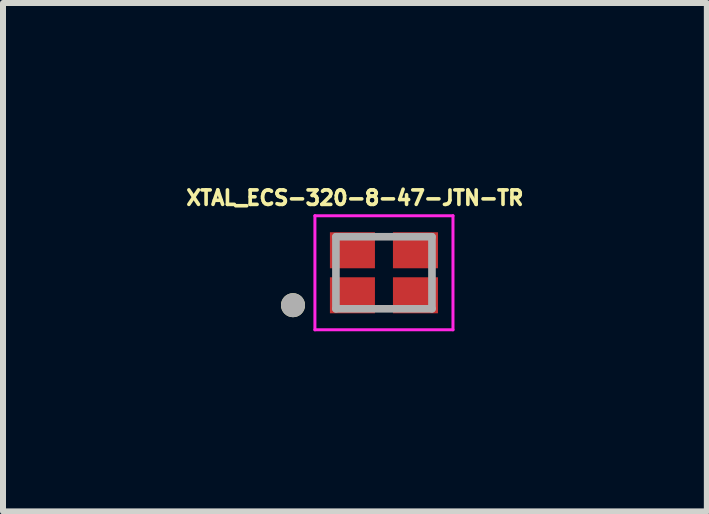
<source format=kicad_pcb>
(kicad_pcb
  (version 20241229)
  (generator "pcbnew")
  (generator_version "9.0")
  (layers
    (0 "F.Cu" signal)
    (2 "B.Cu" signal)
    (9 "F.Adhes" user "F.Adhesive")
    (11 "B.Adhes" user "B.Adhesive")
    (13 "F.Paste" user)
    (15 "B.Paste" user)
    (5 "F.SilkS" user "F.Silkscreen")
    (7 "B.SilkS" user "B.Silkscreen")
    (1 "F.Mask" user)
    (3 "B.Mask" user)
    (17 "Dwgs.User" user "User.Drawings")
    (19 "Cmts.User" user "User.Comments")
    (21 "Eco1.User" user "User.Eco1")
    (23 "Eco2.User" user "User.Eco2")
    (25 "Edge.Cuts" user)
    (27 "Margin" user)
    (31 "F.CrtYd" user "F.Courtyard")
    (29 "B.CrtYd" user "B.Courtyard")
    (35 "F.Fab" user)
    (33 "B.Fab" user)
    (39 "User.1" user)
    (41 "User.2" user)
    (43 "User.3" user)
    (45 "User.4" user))
  (footprint "XTAL_ECS-320-8-47-JTN-TR"
    (layer "F.Cu")
    (at 3.346 1.494)
    (property "Reference" "XTAL_ECS-320-8-47-JTN-TR" (at -0.484 -1.248 0) (layer "F.SilkS") (effects (font (size 0.241 0.241) (thickness 0.15))))
    (attr smd)
    (fp_circle (center -1.515 0.54) (end -1.415 0.54) (stroke (width 0.2) (type solid)) (fill no) (layer "F.SilkS"))
    (fp_line (start -1.15 -0.95) (end -1.15 0.95) (stroke (width 0.05) (type solid)) (layer "F.CrtYd"))
    (fp_line (start -1.15 0.95) (end 1.15 0.95) (stroke (width 0.05) (type solid)) (layer "F.CrtYd"))
    (fp_line (start 1.15 -0.95) (end -1.15 -0.95) (stroke (width 0.05) (type solid)) (layer "F.CrtYd"))
    (fp_line (start 1.15 0.95) (end 1.15 -0.95) (stroke (width 0.05) (type solid)) (layer "F.CrtYd"))
    (fp_line (start -0.8 -0.6) (end -0.8 0.6) (stroke (width 0.127) (type solid)) (layer "F.Fab"))
    (fp_line (start -0.8 0.6) (end 0.8 0.6) (stroke (width 0.127) (type solid)) (layer "F.Fab"))
    (fp_line (start 0.8 -0.6) (end -0.8 -0.6) (stroke (width 0.127) (type solid)) (layer "F.Fab"))
    (fp_line (start 0.8 0.6) (end 0.8 -0.6) (stroke (width 0.127) (type solid)) (layer "F.Fab"))
    (fp_circle (center -1.515 0.54) (end -1.415 0.54) (stroke (width 0.2) (type solid)) (fill no) (layer "F.Fab"))
    (pad "1" smd rect (at -0.525 0.375) (size 0.75 0.6) (layers "F.Cu" "F.Mask" "F.Paste"))
    (pad "2" smd rect (at 0.525 0.375) (size 0.75 0.6) (layers "F.Cu" "F.Mask" "F.Paste"))
    (pad "3" smd rect (at 0.525 -0.375) (size 0.75 0.6) (layers "F.Cu" "F.Mask" "F.Paste"))
    (pad "4" smd rect (at -0.525 -0.375) (size 0.75 0.6) (layers "F.Cu" "F.Mask" "F.Paste")))
  (gr_rect
    (start -3 -3)
    (end 8.725 5.469)
    (stroke (width 0.1) (type default))
    (fill no)
    (layer "Edge.Cuts")))
</source>
